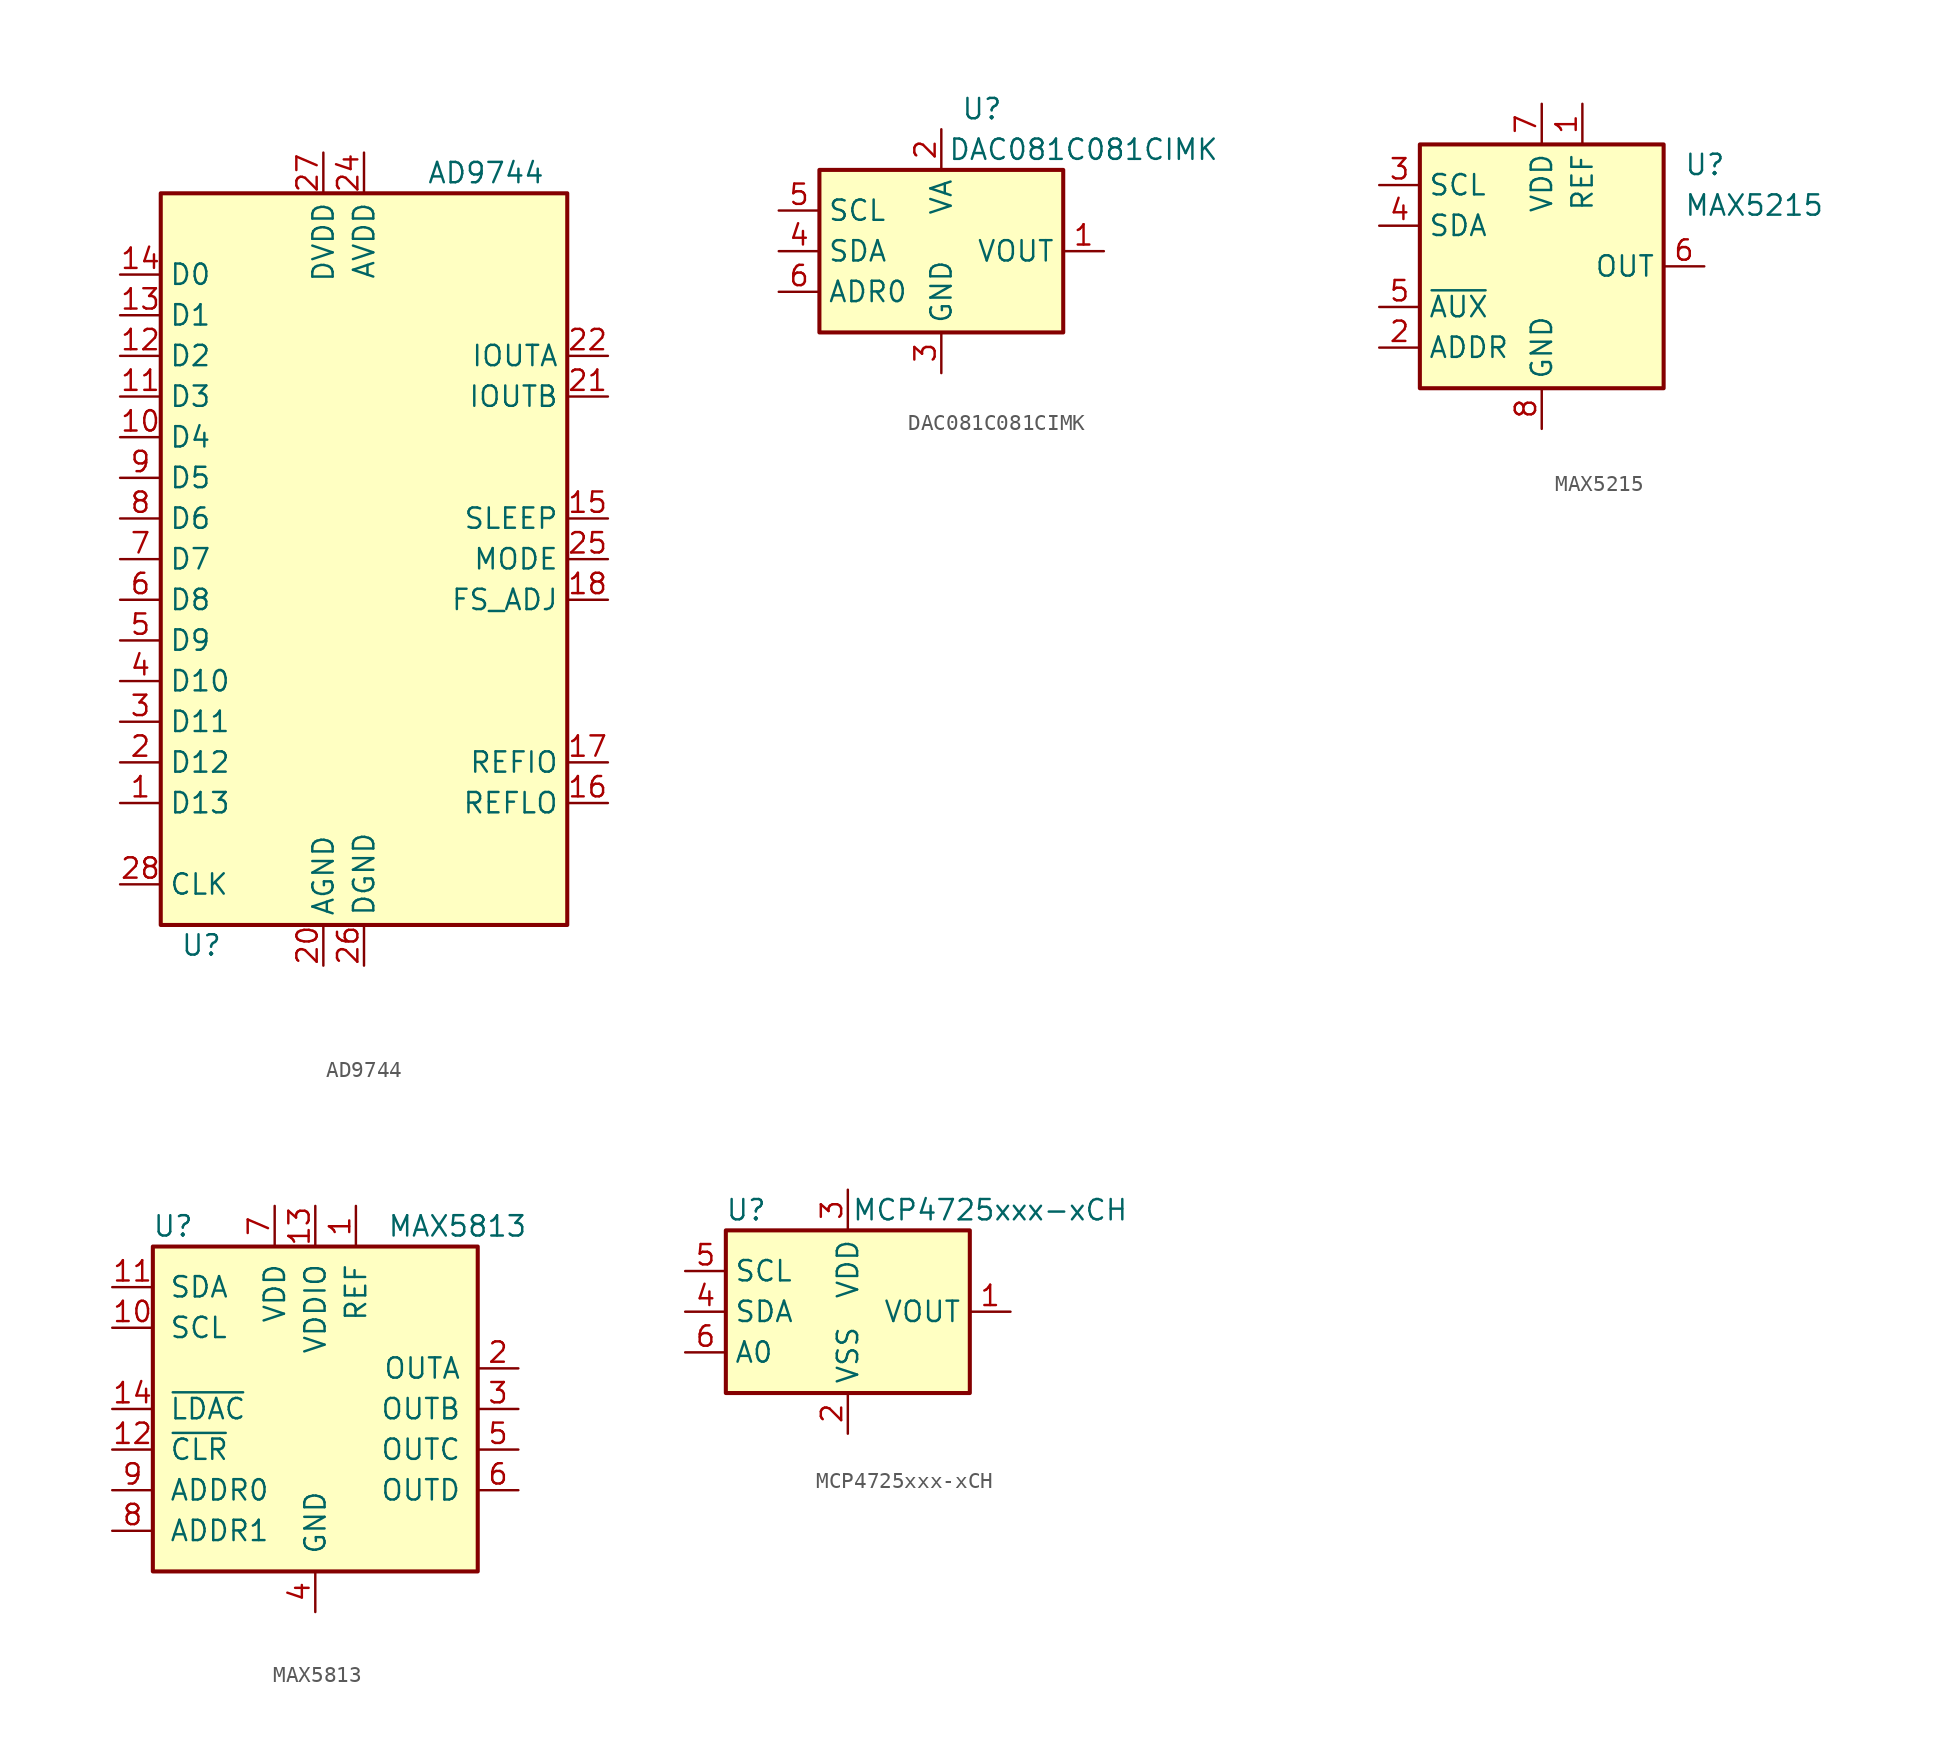
<source format=kicad_sym>
(kicad_symbol_lib
  (version 20220914)
  (generator kicad_symbol_editor)
  (symbol "AD9744"
    (property "Reference" "U"
      (at -10.16 -24.13 0)
      (effects (font (size 1.27 1.27))))
    (property "Value" "AD9744"
      (at 7.62 24.13 0)
      (effects (font (size 1.27 1.27))))
    (symbol "AD9744_0_1"
      (rectangle (start 12.7 22.86) (end -12.7 -22.86) (stroke (width 0.254) (type default)) (fill (type background))))
    (symbol "AD9744_1_1"
      (pin input line (at -15.24 -15.24 0) (length 2.54) (name "D13" (effects (font (size 1.27 1.27)))) (number "1" (effects (font (size 1.27 1.27)))))
      (pin input line (at -15.24 7.62 0) (length 2.54) (name "D4" (effects (font (size 1.27 1.27)))) (number "10" (effects (font (size 1.27 1.27)))))
      (pin input line (at -15.24 10.16 0) (length 2.54) (name "D3" (effects (font (size 1.27 1.27)))) (number "11" (effects (font (size 1.27 1.27)))))
      (pin input line (at -15.24 12.7 0) (length 2.54) (name "D2" (effects (font (size 1.27 1.27)))) (number "12" (effects (font (size 1.27 1.27)))))
      (pin input line (at -15.24 15.24 0) (length 2.54) (name "D1" (effects (font (size 1.27 1.27)))) (number "13" (effects (font (size 1.27 1.27)))))
      (pin input line (at -15.24 17.78 0) (length 2.54) (name "D0" (effects (font (size 1.27 1.27)))) (number "14" (effects (font (size 1.27 1.27)))))
      (pin input line (at 15.24 2.54 180) (length 2.54) (name "SLEEP" (effects (font (size 1.27 1.27)))) (number "15" (effects (font (size 1.27 1.27)))))
      (pin input line (at 15.24 -15.24 180) (length 2.54) (name "REFLO" (effects (font (size 1.27 1.27)))) (number "16" (effects (font (size 1.27 1.27)))))
      (pin input line (at 15.24 -12.7 180) (length 2.54) (name "REFIO" (effects (font (size 1.27 1.27)))) (number "17" (effects (font (size 1.27 1.27)))))
      (pin input line (at 15.24 -2.54 180) (length 2.54) (name "FS_ADJ" (effects (font (size 1.27 1.27)))) (number "18" (effects (font (size 1.27 1.27)))))
      (pin input line (at -15.24 -12.7 0) (length 2.54) (name "D12" (effects (font (size 1.27 1.27)))) (number "2" (effects (font (size 1.27 1.27)))))
      (pin power_in line (at -2.54 -25.4 90) (length 2.54) (name "AGND" (effects (font (size 1.27 1.27)))) (number "20" (effects (font (size 1.27 1.27)))))
      (pin output line (at 15.24 10.16 180) (length 2.54) (name "IOUTB" (effects (font (size 1.27 1.27)))) (number "21" (effects (font (size 1.27 1.27)))))
      (pin output line (at 15.24 12.7 180) (length 2.54) (name "IOUTA" (effects (font (size 1.27 1.27)))) (number "22" (effects (font (size 1.27 1.27)))))
      (pin power_in line (at 0 25.4 270) (length 2.54) (name "AVDD" (effects (font (size 1.27 1.27)))) (number "24" (effects (font (size 1.27 1.27)))))
      (pin input line (at 15.24 0 180) (length 2.54) (name "MODE" (effects (font (size 1.27 1.27)))) (number "25" (effects (font (size 1.27 1.27)))))
      (pin power_in line (at 0 -25.4 90) (length 2.54) (name "DGND" (effects (font (size 1.27 1.27)))) (number "26" (effects (font (size 1.27 1.27)))))
      (pin power_in line (at -2.54 25.4 270) (length 2.54) (name "DVDD" (effects (font (size 1.27 1.27)))) (number "27" (effects (font (size 1.27 1.27)))))
      (pin input line (at -15.24 -20.32 0) (length 2.54) (name "CLK" (effects (font (size 1.27 1.27)))) (number "28" (effects (font (size 1.27 1.27)))))
      (pin input line (at -15.24 -10.16 0) (length 2.54) (name "D11" (effects (font (size 1.27 1.27)))) (number "3" (effects (font (size 1.27 1.27)))))
      (pin input line (at -15.24 -7.62 0) (length 2.54) (name "D10" (effects (font (size 1.27 1.27)))) (number "4" (effects (font (size 1.27 1.27)))))
      (pin input line (at -15.24 -5.08 0) (length 2.54) (name "D9" (effects (font (size 1.27 1.27)))) (number "5" (effects (font (size 1.27 1.27)))))
      (pin input line (at -15.24 -2.54 0) (length 2.54) (name "D8" (effects (font (size 1.27 1.27)))) (number "6" (effects (font (size 1.27 1.27)))))
      (pin input line (at -15.24 0 0) (length 2.54) (name "D7" (effects (font (size 1.27 1.27)))) (number "7" (effects (font (size 1.27 1.27)))))
      (pin input line (at -15.24 2.54 0) (length 2.54) (name "D6" (effects (font (size 1.27 1.27)))) (number "8" (effects (font (size 1.27 1.27)))))
      (pin input line (at -15.24 5.08 0) (length 2.54) (name "D5" (effects (font (size 1.27 1.27)))) (number "9" (effects (font (size 1.27 1.27)))))))
  (symbol "DAC081C081CIMK"
    (property "Reference" "U"
      (at 2.54 8.89 0)
      (effects (font (size 1.27 1.27))))
    (property "Value" "DAC081C081CIMK"
      (at 8.89 6.35 0)
      (effects (font (size 1.27 1.27))))
    (symbol "DAC081C081CIMK_0_1"
      (rectangle (start -7.62 -5.08) (end 7.62 5.08) (stroke (width 0.254) (type default)) (fill (type background))))
    (symbol "DAC081C081CIMK_1_1"
      (pin output line (at 10.16 0 180) (length 2.54) (name "VOUT" (effects (font (size 1.27 1.27)))) (number "1" (effects (font (size 1.27 1.27)))))
      (pin power_in line (at 0 7.62 270) (length 2.54) (name "VA" (effects (font (size 1.27 1.27)))) (number "2" (effects (font (size 1.27 1.27)))))
      (pin power_in line (at 0 -7.62 90) (length 2.54) (name "GND" (effects (font (size 1.27 1.27)))) (number "3" (effects (font (size 1.27 1.27)))))
      (pin bidirectional line (at -10.16 0 0) (length 2.54) (name "SDA" (effects (font (size 1.27 1.27)))) (number "4" (effects (font (size 1.27 1.27)))))
      (pin input line (at -10.16 2.54 0) (length 2.54) (name "SCL" (effects (font (size 1.27 1.27)))) (number "5" (effects (font (size 1.27 1.27)))))
      (pin input line (at -10.16 -2.54 0) (length 2.54) (name "ADR0" (effects (font (size 1.27 1.27)))) (number "6" (effects (font (size 1.27 1.27)))))))
  (symbol "MAX5215"
    (property "Reference" "U"
      (at 8.89 6.35 0)
      (effects (font (size 1.27 1.27)) (justify left)))
    (property "Value" "MAX5215"
      (at 8.89 3.81 0)
      (effects (font (size 1.27 1.27)) (justify left)))
    (symbol "MAX5215_0_1"
      (rectangle (start -7.62 7.62) (end 7.62 -7.62) (stroke (width 0.254) (type default)) (fill (type background))))
    (symbol "MAX5215_1_1"
      (pin power_in line (at 2.54 10.16 270) (length 2.54) (name "REF" (effects (font (size 1.27 1.27)))) (number "1" (effects (font (size 1.27 1.27)))))
      (pin input line (at -10.16 -5.08 0) (length 2.54) (name "ADDR" (effects (font (size 1.27 1.27)))) (number "2" (effects (font (size 1.27 1.27)))))
      (pin input line (at -10.16 5.08 0) (length 2.54) (name "SCL" (effects (font (size 1.27 1.27)))) (number "3" (effects (font (size 1.27 1.27)))))
      (pin bidirectional line (at -10.16 2.54 0) (length 2.54) (name "SDA" (effects (font (size 1.27 1.27)))) (number "4" (effects (font (size 1.27 1.27)))))
      (pin input line (at -10.16 -2.54 0) (length 2.54) (name "~{AUX}" (effects (font (size 1.27 1.27)))) (number "5" (effects (font (size 1.27 1.27)))))
      (pin output line (at 10.16 0 180) (length 2.54) (name "OUT" (effects (font (size 1.27 1.27)))) (number "6" (effects (font (size 1.27 1.27)))))
      (pin power_in line (at 0 10.16 270) (length 2.54) (name "VDD" (effects (font (size 1.27 1.27)))) (number "7" (effects (font (size 1.27 1.27)))))
      (pin power_in line (at 0 -10.16 90) (length 2.54) (name "GND" (effects (font (size 1.27 1.27)))) (number "8" (effects (font (size 1.27 1.27)))))))
  (symbol "MAX5813"
    (pin_names
      (offset 1.016))
    (property "Reference" "U"
      (at -8.89 11.43 0)
      (effects (font (size 1.27 1.27))))
    (property "Value" "MAX5813"
      (at 8.89 11.43 0)
      (effects (font (size 1.27 1.27))))
    (symbol "MAX5813_0_1"
      (rectangle (start -10.16 10.16) (end 10.16 -10.16) (stroke (width 0.254) (type default)) (fill (type background))))
    (symbol "MAX5813_1_1"
      (pin power_in line (at 2.54 12.7 270) (length 2.54) (name "REF" (effects (font (size 1.27 1.27)))) (number "1" (effects (font (size 1.27 1.27)))))
      (pin input line (at -12.7 5.08 0) (length 2.54) (name "SCL" (effects (font (size 1.27 1.27)))) (number "10" (effects (font (size 1.27 1.27)))))
      (pin bidirectional line (at -12.7 7.62 0) (length 2.54) (name "SDA" (effects (font (size 1.27 1.27)))) (number "11" (effects (font (size 1.27 1.27)))))
      (pin input line (at -12.7 -2.54 0) (length 2.54) (name "~{CLR}" (effects (font (size 1.27 1.27)))) (number "12" (effects (font (size 1.27 1.27)))))
      (pin power_in line (at 0 12.7 270) (length 2.54) (name "VDDIO" (effects (font (size 1.27 1.27)))) (number "13" (effects (font (size 1.27 1.27)))))
      (pin input line (at -12.7 0 0) (length 2.54) (name "~{LDAC}" (effects (font (size 1.27 1.27)))) (number "14" (effects (font (size 1.27 1.27)))))
      (pin output line (at 12.7 2.54 180) (length 2.54) (name "OUTA" (effects (font (size 1.27 1.27)))) (number "2" (effects (font (size 1.27 1.27)))))
      (pin output line (at 12.7 0 180) (length 2.54) (name "OUTB" (effects (font (size 1.27 1.27)))) (number "3" (effects (font (size 1.27 1.27)))))
      (pin power_in line (at 0 -12.7 90) (length 2.54) (name "GND" (effects (font (size 1.27 1.27)))) (number "4" (effects (font (size 1.27 1.27)))))
      (pin output line (at 12.7 -2.54 180) (length 2.54) (name "OUTC" (effects (font (size 1.27 1.27)))) (number "5" (effects (font (size 1.27 1.27)))))
      (pin output line (at 12.7 -5.08 180) (length 2.54) (name "OUTD" (effects (font (size 1.27 1.27)))) (number "6" (effects (font (size 1.27 1.27)))))
      (pin power_in line (at -2.54 12.7 270) (length 2.54) (name "VDD" (effects (font (size 1.27 1.27)))) (number "7" (effects (font (size 1.27 1.27)))))
      (pin input line (at -12.7 -7.62 0) (length 2.54) (name "ADDR1" (effects (font (size 1.27 1.27)))) (number "8" (effects (font (size 1.27 1.27)))))
      (pin input line (at -12.7 -5.08 0) (length 2.54) (name "ADDR0" (effects (font (size 1.27 1.27)))) (number "9" (effects (font (size 1.27 1.27)))))))
  (symbol "MCP4725xxx-xCH"
    (property "Reference" "U"
      (at -6.35 6.35 0)
      (effects (font (size 1.27 1.27))))
    (property "Value" "MCP4725xxx-xCH"
      (at 8.89 6.35 0)
      (effects (font (size 1.27 1.27))))
    (symbol "MCP4725xxx-xCH_0_1"
      (rectangle (start -7.62 5.08) (end 7.62 -5.08) (stroke (width 0.254) (type default)) (fill (type background))))
    (symbol "MCP4725xxx-xCH_1_1"
      (pin output line (at 10.16 0 180) (length 2.54) (name "VOUT" (effects (font (size 1.27 1.27)))) (number "1" (effects (font (size 1.27 1.27)))))
      (pin power_in line (at 0 -7.62 90) (length 2.54) (name "VSS" (effects (font (size 1.27 1.27)))) (number "2" (effects (font (size 1.27 1.27)))))
      (pin power_in line (at 0 7.62 270) (length 2.54) (name "VDD" (effects (font (size 1.27 1.27)))) (number "3" (effects (font (size 1.27 1.27)))))
      (pin bidirectional line (at -10.16 0 0) (length 2.54) (name "SDA" (effects (font (size 1.27 1.27)))) (number "4" (effects (font (size 1.27 1.27)))))
      (pin input line (at -10.16 2.54 0) (length 2.54) (name "SCL" (effects (font (size 1.27 1.27)))) (number "5" (effects (font (size 1.27 1.27)))))
      (pin input line (at -10.16 -2.54 0) (length 2.54) (name "A0" (effects (font (size 1.27 1.27)))) (number "6" (effects (font (size 1.27 1.27))))))))
</source>
